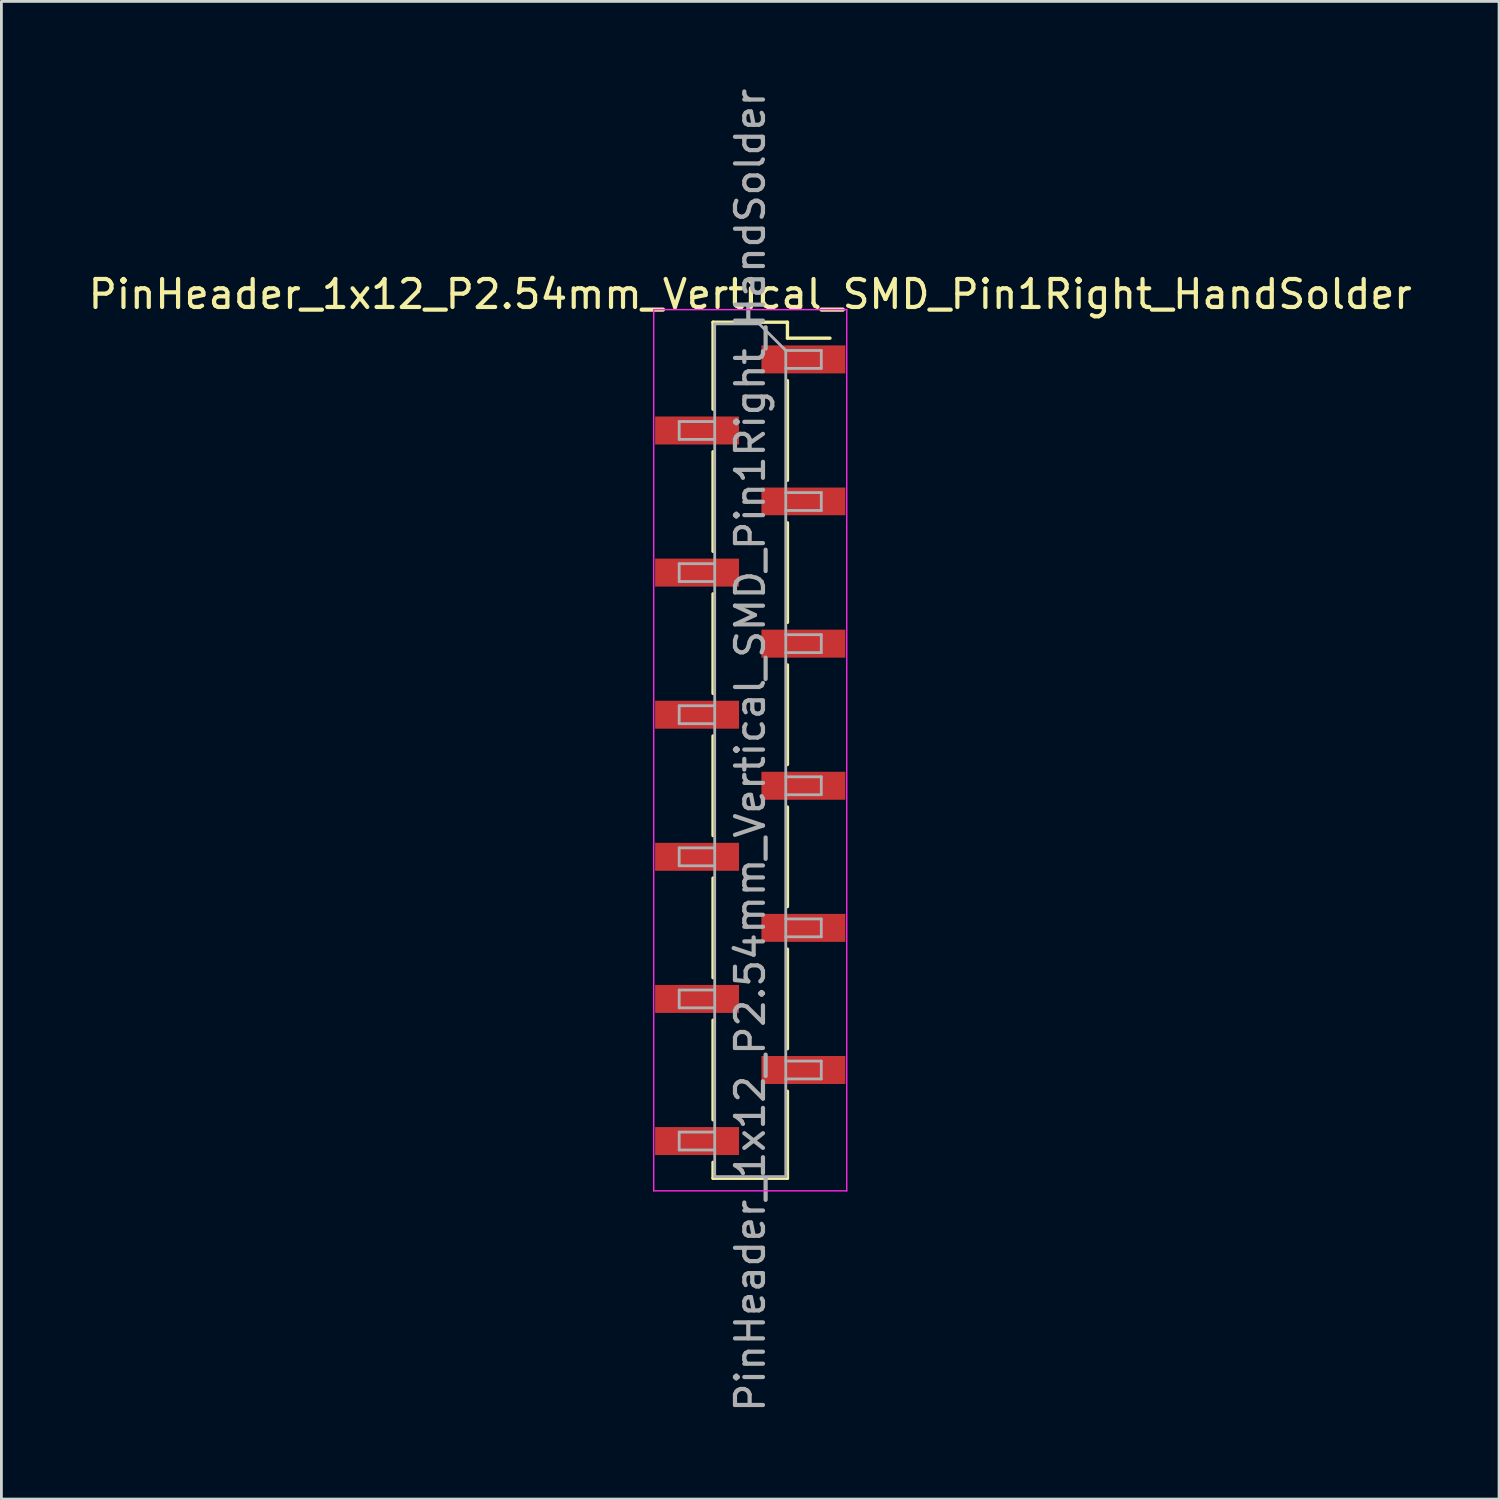
<source format=kicad_pcb>
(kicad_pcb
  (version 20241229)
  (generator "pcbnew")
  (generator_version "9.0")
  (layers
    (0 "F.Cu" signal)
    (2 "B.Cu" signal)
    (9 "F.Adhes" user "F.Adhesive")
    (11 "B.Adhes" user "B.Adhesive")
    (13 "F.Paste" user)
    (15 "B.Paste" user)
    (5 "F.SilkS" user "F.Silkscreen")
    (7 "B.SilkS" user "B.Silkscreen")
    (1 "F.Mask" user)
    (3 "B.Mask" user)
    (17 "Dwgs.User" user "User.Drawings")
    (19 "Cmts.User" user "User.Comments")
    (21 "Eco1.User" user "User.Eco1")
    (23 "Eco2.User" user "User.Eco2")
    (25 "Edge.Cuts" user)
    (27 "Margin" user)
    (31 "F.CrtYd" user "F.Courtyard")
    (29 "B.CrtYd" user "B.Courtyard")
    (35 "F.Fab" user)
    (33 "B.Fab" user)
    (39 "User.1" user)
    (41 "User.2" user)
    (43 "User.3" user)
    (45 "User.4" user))
  (footprint "PinHeader_1x12_P2.54mm_Vertical_SMD_Pin1Right_HandSolder"
    (layer "F.Cu")
    (at 23.768 23.768)
    (property "Reference" "PinHeader_1x12_P2.54mm_Vertical_SMD_Pin1Right_HandSolder" (at 0 -16.3 0) (layer "F.SilkS") (effects (font (size 1 1) (thickness 0.15))))
    (attr smd)
    (fp_line (start -1.33 -15.3) (end -1.33 -12.19) (stroke (width 0.12) (type solid)) (layer "F.SilkS"))
    (fp_line (start -1.33 -15.3) (end 1.33 -15.3) (stroke (width 0.12) (type solid)) (layer "F.SilkS"))
    (fp_line (start -1.33 -10.67) (end -1.33 -7.11) (stroke (width 0.12) (type solid)) (layer "F.SilkS"))
    (fp_line (start -1.33 -5.59) (end -1.33 -2.03) (stroke (width 0.12) (type solid)) (layer "F.SilkS"))
    (fp_line (start -1.33 -0.51) (end -1.33 3.05) (stroke (width 0.12) (type solid)) (layer "F.SilkS"))
    (fp_line (start -1.33 4.57) (end -1.33 8.13) (stroke (width 0.12) (type solid)) (layer "F.SilkS"))
    (fp_line (start -1.33 9.65) (end -1.33 13.21) (stroke (width 0.12) (type solid)) (layer "F.SilkS"))
    (fp_line (start -1.33 14.73) (end -1.33 15.3) (stroke (width 0.12) (type solid)) (layer "F.SilkS"))
    (fp_line (start -1.33 15.3) (end 1.33 15.3) (stroke (width 0.12) (type solid)) (layer "F.SilkS"))
    (fp_line (start 1.33 -15.3) (end 1.33 -14.73) (stroke (width 0.12) (type solid)) (layer "F.SilkS"))
    (fp_line (start 1.33 -14.73) (end 2.85 -14.73) (stroke (width 0.12) (type solid)) (layer "F.SilkS"))
    (fp_line (start 1.33 -13.21) (end 1.33 -9.65) (stroke (width 0.12) (type solid)) (layer "F.SilkS"))
    (fp_line (start 1.33 -8.13) (end 1.33 -4.57) (stroke (width 0.12) (type solid)) (layer "F.SilkS"))
    (fp_line (start 1.33 -3.05) (end 1.33 0.51) (stroke (width 0.12) (type solid)) (layer "F.SilkS"))
    (fp_line (start 1.33 2.03) (end 1.33 5.59) (stroke (width 0.12) (type solid)) (layer "F.SilkS"))
    (fp_line (start 1.33 7.11) (end 1.33 10.67) (stroke (width 0.12) (type solid)) (layer "F.SilkS"))
    (fp_line (start 1.33 12.19) (end 1.33 15.3) (stroke (width 0.12) (type solid)) (layer "F.SilkS"))
    (fp_line (start -3.45 -15.75) (end -3.45 15.75) (stroke (width 0.05) (type solid)) (layer "F.CrtYd"))
    (fp_line (start -3.45 15.75) (end 3.45 15.75) (stroke (width 0.05) (type solid)) (layer "F.CrtYd"))
    (fp_line (start 3.45 -15.75) (end -3.45 -15.75) (stroke (width 0.05) (type solid)) (layer "F.CrtYd"))
    (fp_line (start 3.45 15.75) (end 3.45 -15.75) (stroke (width 0.05) (type solid)) (layer "F.CrtYd"))
    (fp_line (start -2.54 -11.75) (end -2.54 -11.11) (stroke (width 0.1) (type solid)) (layer "F.Fab"))
    (fp_line (start -2.54 -11.11) (end -1.27 -11.11) (stroke (width 0.1) (type solid)) (layer "F.Fab"))
    (fp_line (start -2.54 -6.67) (end -2.54 -6.03) (stroke (width 0.1) (type solid)) (layer "F.Fab"))
    (fp_line (start -2.54 -6.03) (end -1.27 -6.03) (stroke (width 0.1) (type solid)) (layer "F.Fab"))
    (fp_line (start -2.54 -1.59) (end -2.54 -0.95) (stroke (width 0.1) (type solid)) (layer "F.Fab"))
    (fp_line (start -2.54 -0.95) (end -1.27 -0.95) (stroke (width 0.1) (type solid)) (layer "F.Fab"))
    (fp_line (start -2.54 3.49) (end -2.54 4.13) (stroke (width 0.1) (type solid)) (layer "F.Fab"))
    (fp_line (start -2.54 4.13) (end -1.27 4.13) (stroke (width 0.1) (type solid)) (layer "F.Fab"))
    (fp_line (start -2.54 8.57) (end -2.54 9.21) (stroke (width 0.1) (type solid)) (layer "F.Fab"))
    (fp_line (start -2.54 9.21) (end -1.27 9.21) (stroke (width 0.1) (type solid)) (layer "F.Fab"))
    (fp_line (start -2.54 13.65) (end -2.54 14.29) (stroke (width 0.1) (type solid)) (layer "F.Fab"))
    (fp_line (start -2.54 14.29) (end -1.27 14.29) (stroke (width 0.1) (type solid)) (layer "F.Fab"))
    (fp_line (start -1.27 -15.24) (end -1.27 15.24) (stroke (width 0.1) (type solid)) (layer "F.Fab"))
    (fp_line (start -1.27 -15.24) (end 0.32 -15.24) (stroke (width 0.1) (type solid)) (layer "F.Fab"))
    (fp_line (start -1.27 -11.75) (end -2.54 -11.75) (stroke (width 0.1) (type solid)) (layer "F.Fab"))
    (fp_line (start -1.27 -6.67) (end -2.54 -6.67) (stroke (width 0.1) (type solid)) (layer "F.Fab"))
    (fp_line (start -1.27 -1.59) (end -2.54 -1.59) (stroke (width 0.1) (type solid)) (layer "F.Fab"))
    (fp_line (start -1.27 3.49) (end -2.54 3.49) (stroke (width 0.1) (type solid)) (layer "F.Fab"))
    (fp_line (start -1.27 8.57) (end -2.54 8.57) (stroke (width 0.1) (type solid)) (layer "F.Fab"))
    (fp_line (start -1.27 13.65) (end -2.54 13.65) (stroke (width 0.1) (type solid)) (layer "F.Fab"))
    (fp_line (start 1.27 -14.29) (end 0.32 -15.24) (stroke (width 0.1) (type solid)) (layer "F.Fab"))
    (fp_line (start 1.27 -14.29) (end 2.54 -14.29) (stroke (width 0.1) (type solid)) (layer "F.Fab"))
    (fp_line (start 1.27 -9.21) (end 2.54 -9.21) (stroke (width 0.1) (type solid)) (layer "F.Fab"))
    (fp_line (start 1.27 -4.13) (end 2.54 -4.13) (stroke (width 0.1) (type solid)) (layer "F.Fab"))
    (fp_line (start 1.27 0.95) (end 2.54 0.95) (stroke (width 0.1) (type solid)) (layer "F.Fab"))
    (fp_line (start 1.27 6.03) (end 2.54 6.03) (stroke (width 0.1) (type solid)) (layer "F.Fab"))
    (fp_line (start 1.27 11.11) (end 2.54 11.11) (stroke (width 0.1) (type solid)) (layer "F.Fab"))
    (fp_line (start 1.27 15.24) (end -1.27 15.24) (stroke (width 0.1) (type solid)) (layer "F.Fab"))
    (fp_line (start 1.27 15.24) (end 1.27 -14.29) (stroke (width 0.1) (type solid)) (layer "F.Fab"))
    (fp_line (start 2.54 -14.29) (end 2.54 -13.65) (stroke (width 0.1) (type solid)) (layer "F.Fab"))
    (fp_line (start 2.54 -13.65) (end 1.27 -13.65) (stroke (width 0.1) (type solid)) (layer "F.Fab"))
    (fp_line (start 2.54 -9.21) (end 2.54 -8.57) (stroke (width 0.1) (type solid)) (layer "F.Fab"))
    (fp_line (start 2.54 -8.57) (end 1.27 -8.57) (stroke (width 0.1) (type solid)) (layer "F.Fab"))
    (fp_line (start 2.54 -4.13) (end 2.54 -3.49) (stroke (width 0.1) (type solid)) (layer "F.Fab"))
    (fp_line (start 2.54 -3.49) (end 1.27 -3.49) (stroke (width 0.1) (type solid)) (layer "F.Fab"))
    (fp_line (start 2.54 0.95) (end 2.54 1.59) (stroke (width 0.1) (type solid)) (layer "F.Fab"))
    (fp_line (start 2.54 1.59) (end 1.27 1.59) (stroke (width 0.1) (type solid)) (layer "F.Fab"))
    (fp_line (start 2.54 6.03) (end 2.54 6.67) (stroke (width 0.1) (type solid)) (layer "F.Fab"))
    (fp_line (start 2.54 6.67) (end 1.27 6.67) (stroke (width 0.1) (type solid)) (layer "F.Fab"))
    (fp_line (start 2.54 11.11) (end 2.54 11.75) (stroke (width 0.1) (type solid)) (layer "F.Fab"))
    (fp_line (start 2.54 11.75) (end 1.27 11.75) (stroke (width 0.1) (type solid)) (layer "F.Fab"))
    (fp_text user "${REFERENCE}" (at 0 0 90) (layer "F.Fab") (effects (font (size 1 1) (thickness 0.15))))
    (pad "1" smd rect (at 1.9 -13.97) (size 3 1) (layers "F.Cu" "F.Mask" "F.Paste"))
    (pad "2" smd rect (at -1.9 -11.43) (size 3 1) (layers "F.Cu" "F.Mask" "F.Paste"))
    (pad "3" smd rect (at 1.9 -8.895) (size 3 0.99) (layers "F.Cu" "F.Mask" "F.Paste"))
    (pad "4" smd rect (at -1.9 -6.35) (size 3 1) (layers "F.Cu" "F.Mask" "F.Paste"))
    (pad "5" smd rect (at 1.9 -3.81) (size 3 1) (layers "F.Cu" "F.Mask" "F.Paste"))
    (pad "6" smd rect (at -1.9 -1.27) (size 3 1) (layers "F.Cu" "F.Mask" "F.Paste"))
    (pad "7" smd rect (at 1.9 1.27) (size 3 1) (layers "F.Cu" "F.Mask" "F.Paste"))
    (pad "8" smd rect (at -1.9 3.81) (size 3 1) (layers "F.Cu" "F.Mask" "F.Paste"))
    (pad "9" smd rect (at 1.9 6.35) (size 3 1) (layers "F.Cu" "F.Mask" "F.Paste"))
    (pad "10" smd rect (at -1.9 8.89) (size 3 1) (layers "F.Cu" "F.Mask" "F.Paste"))
    (pad "11" smd rect (at 1.9 11.43) (size 3 1) (layers "F.Cu" "F.Mask" "F.Paste"))
    (pad "12" smd rect (at -1.9 13.97) (size 3 1) (layers "F.Cu" "F.Mask" "F.Paste")))
  (gr_rect
    (start -3 -3)
    (end 50.536 50.536)
    (stroke (width 0.1) (type default))
    (fill no)
    (layer "Edge.Cuts")))
</source>
